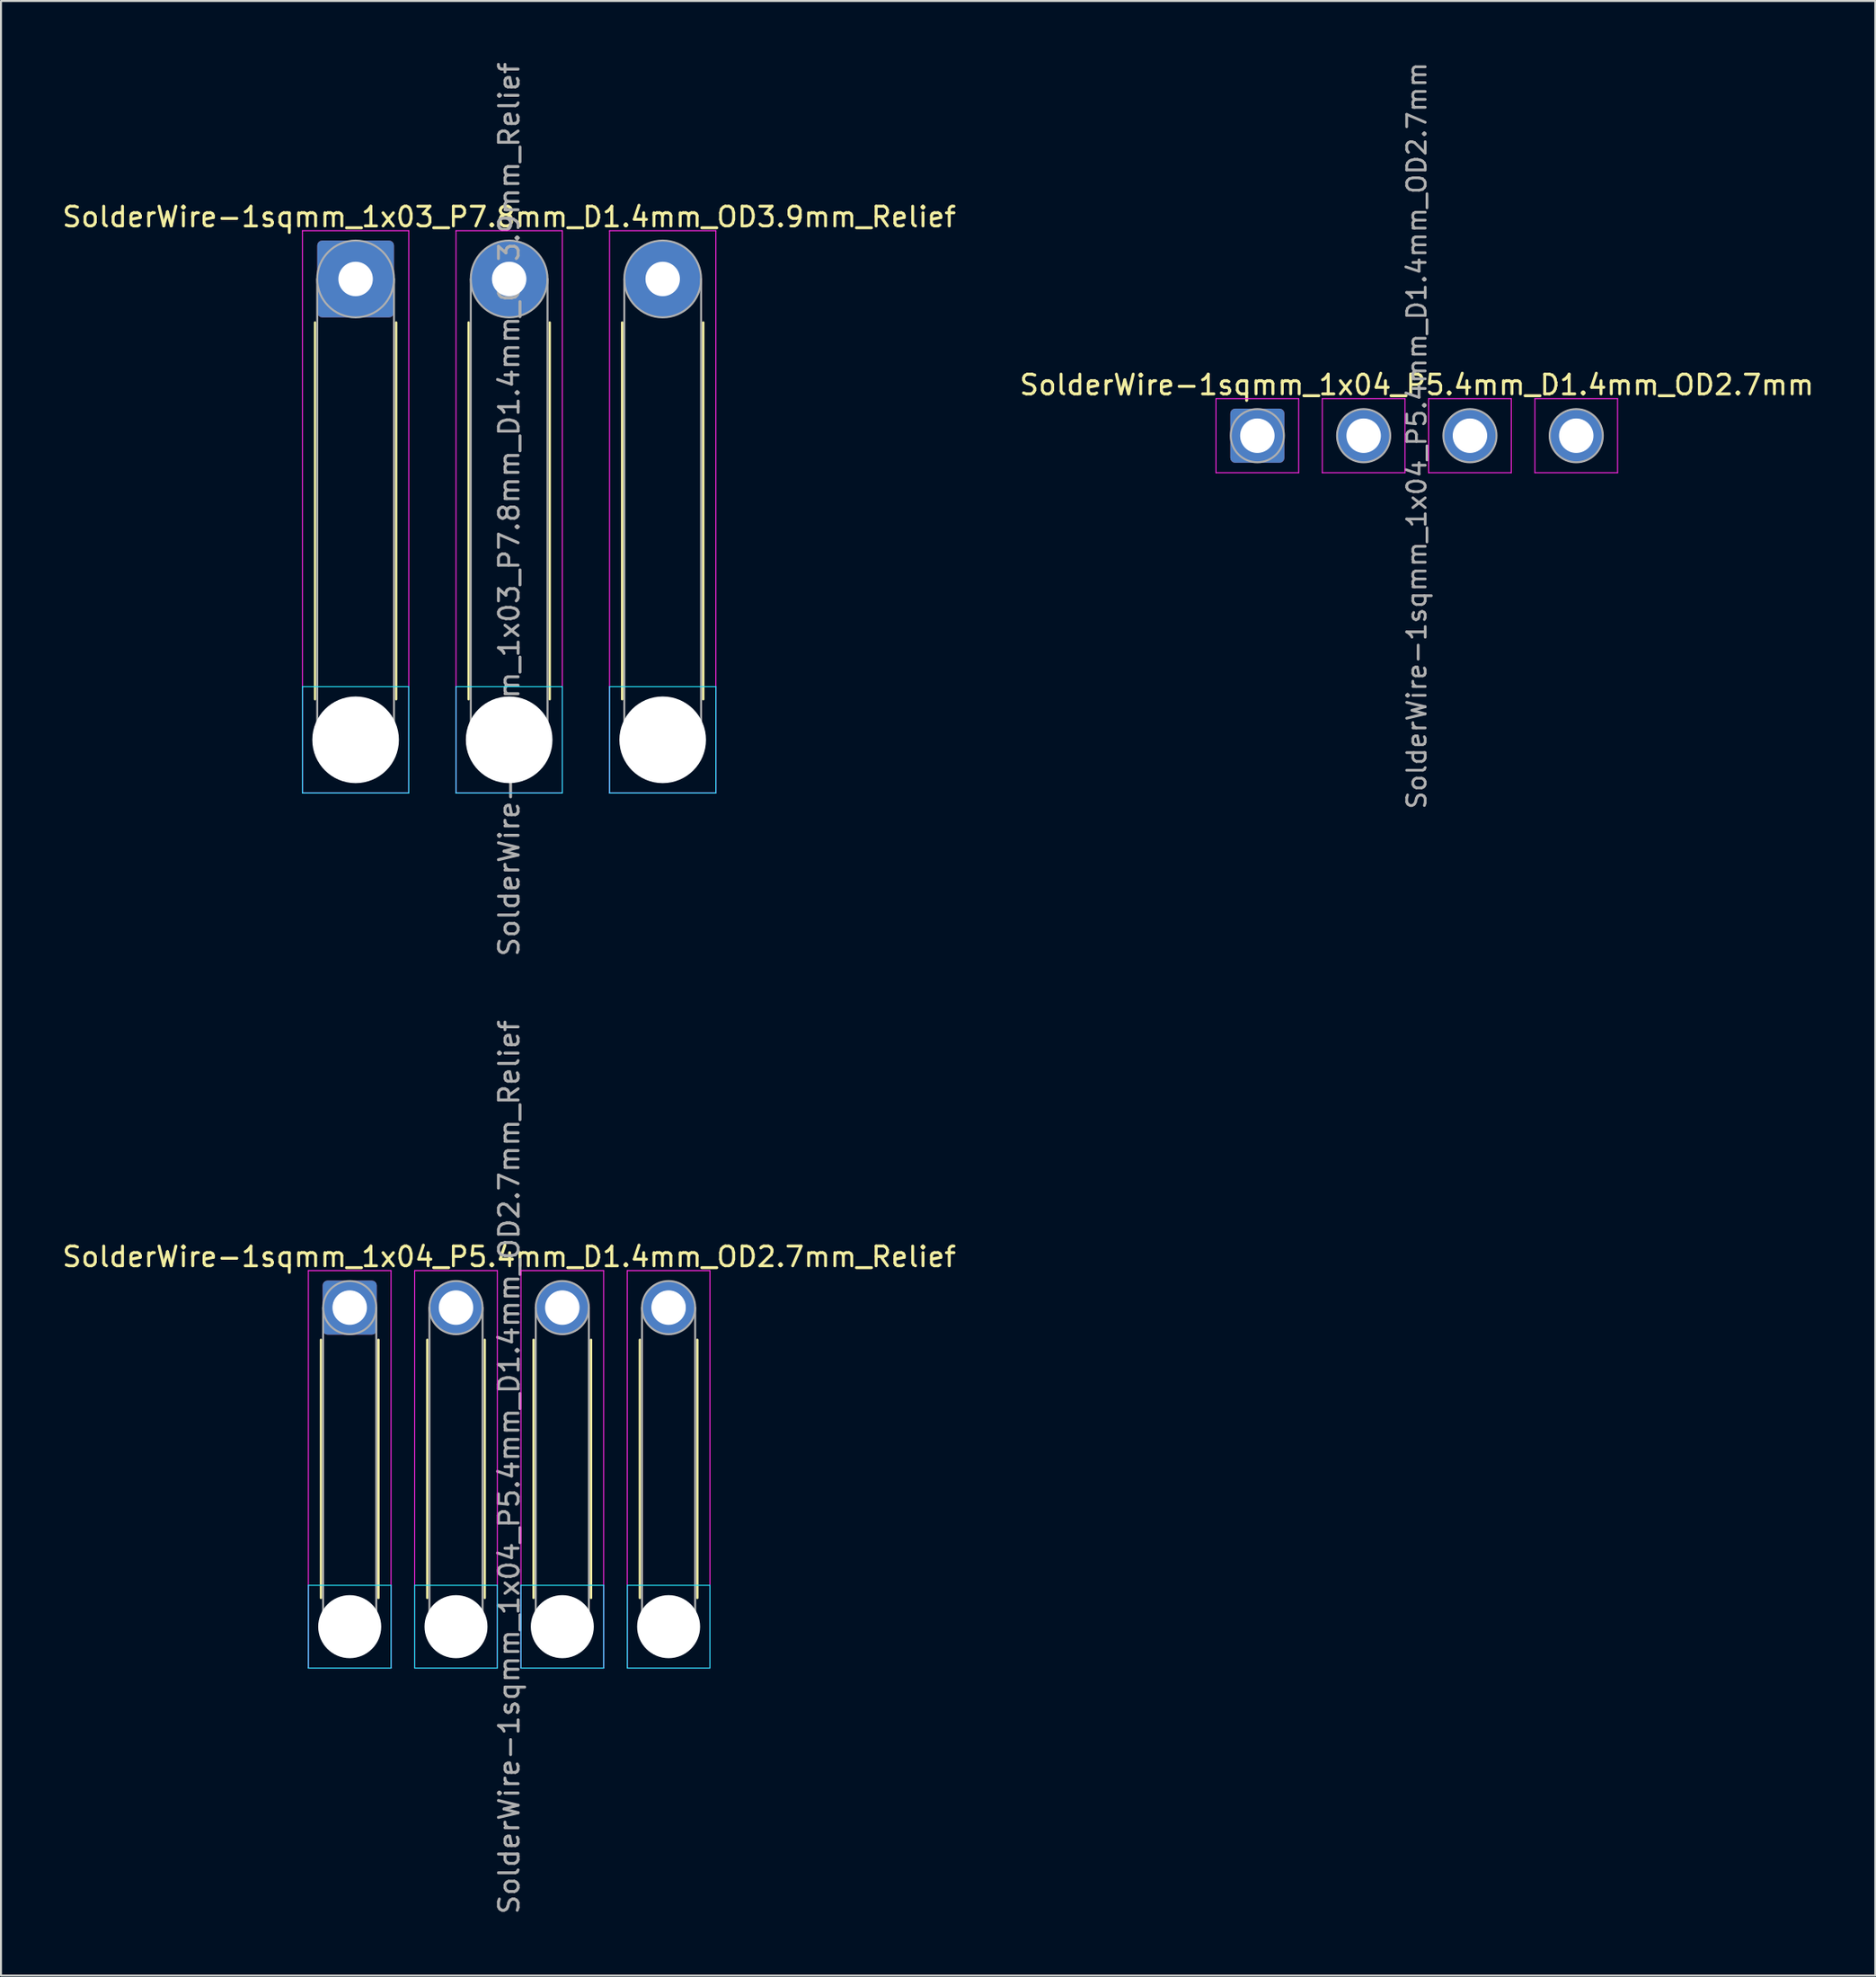
<source format=kicad_pcb>
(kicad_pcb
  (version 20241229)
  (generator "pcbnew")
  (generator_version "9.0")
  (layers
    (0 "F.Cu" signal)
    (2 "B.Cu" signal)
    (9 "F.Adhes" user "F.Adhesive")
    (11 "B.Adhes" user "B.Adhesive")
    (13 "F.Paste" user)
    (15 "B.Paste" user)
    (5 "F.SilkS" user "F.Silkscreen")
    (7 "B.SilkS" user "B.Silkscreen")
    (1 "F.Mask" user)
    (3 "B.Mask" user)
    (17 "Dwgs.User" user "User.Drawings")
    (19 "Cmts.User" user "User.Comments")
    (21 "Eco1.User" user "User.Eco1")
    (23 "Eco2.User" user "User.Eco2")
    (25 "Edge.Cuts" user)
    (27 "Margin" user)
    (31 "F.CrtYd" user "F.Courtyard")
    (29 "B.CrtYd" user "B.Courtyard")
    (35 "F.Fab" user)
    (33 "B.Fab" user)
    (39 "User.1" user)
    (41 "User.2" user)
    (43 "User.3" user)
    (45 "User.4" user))
  (footprint "SolderWire-1sqmm_1x04_P5.4mm_D1.4mm_OD2.7mm"
    (layer "F.Cu")
    (at 60.823 19.073)
    (property "Reference" "SolderWire-1sqmm_1x04_P5.4mm_D1.4mm_OD2.7mm" (at 8.1 -2.58 0) (layer "F.SilkS") (effects (font (size 1 1) (thickness 0.15))))
    (attr exclude_from_pos_files exclude_from_bom)
    (fp_line (start -2.1 -1.88) (end -2.1 1.88) (stroke (width 0.05) (type solid)) (layer "F.CrtYd"))
    (fp_line (start -2.1 1.88) (end 2.1 1.88) (stroke (width 0.05) (type solid)) (layer "F.CrtYd"))
    (fp_line (start 2.1 -1.88) (end -2.1 -1.88) (stroke (width 0.05) (type solid)) (layer "F.CrtYd"))
    (fp_line (start 2.1 1.88) (end 2.1 -1.88) (stroke (width 0.05) (type solid)) (layer "F.CrtYd"))
    (fp_line (start 3.3 -1.88) (end 3.3 1.88) (stroke (width 0.05) (type solid)) (layer "F.CrtYd"))
    (fp_line (start 3.3 1.88) (end 7.5 1.88) (stroke (width 0.05) (type solid)) (layer "F.CrtYd"))
    (fp_line (start 7.5 -1.88) (end 3.3 -1.88) (stroke (width 0.05) (type solid)) (layer "F.CrtYd"))
    (fp_line (start 7.5 1.88) (end 7.5 -1.88) (stroke (width 0.05) (type solid)) (layer "F.CrtYd"))
    (fp_line (start 8.7 -1.88) (end 8.7 1.88) (stroke (width 0.05) (type solid)) (layer "F.CrtYd"))
    (fp_line (start 8.7 1.88) (end 12.9 1.88) (stroke (width 0.05) (type solid)) (layer "F.CrtYd"))
    (fp_line (start 12.9 -1.88) (end 8.7 -1.88) (stroke (width 0.05) (type solid)) (layer "F.CrtYd"))
    (fp_line (start 12.9 1.88) (end 12.9 -1.88) (stroke (width 0.05) (type solid)) (layer "F.CrtYd"))
    (fp_line (start 14.1 -1.88) (end 14.1 1.88) (stroke (width 0.05) (type solid)) (layer "F.CrtYd"))
    (fp_line (start 14.1 1.88) (end 18.3 1.88) (stroke (width 0.05) (type solid)) (layer "F.CrtYd"))
    (fp_line (start 18.3 -1.88) (end 14.1 -1.88) (stroke (width 0.05) (type solid)) (layer "F.CrtYd"))
    (fp_line (start 18.3 1.88) (end 18.3 -1.88) (stroke (width 0.05) (type solid)) (layer "F.CrtYd"))
    (fp_circle (center 0 0) (end 1.35 0) (stroke (width 0.1) (type solid)) (fill no) (layer "F.Fab"))
    (fp_circle (center 5.4 0) (end 6.75 0) (stroke (width 0.1) (type solid)) (fill no) (layer "F.Fab"))
    (fp_circle (center 10.8 0) (end 12.15 0) (stroke (width 0.1) (type solid)) (fill no) (layer "F.Fab"))
    (fp_circle (center 16.2 0) (end 17.55 0) (stroke (width 0.1) (type solid)) (fill no) (layer "F.Fab"))
    (fp_text user "${REFERENCE}" (at 8.1 0 90) (layer "F.Fab") (effects (font (size 0.94 0.94) (thickness 0.14))))
    (pad "1" thru_hole roundrect (at 0 0) (size 2.75 2.75) (drill 1.75) (layers "*.Cu" "*.Mask") (roundrect_rratio 0.091))
    (pad "2" thru_hole circle (at 5.4 0) (size 2.75 2.75) (drill 1.75) (layers "*.Cu" "*.Mask"))
    (pad "3" thru_hole circle (at 10.8 0) (size 2.75 2.75) (drill 1.75) (layers "*.Cu" "*.Mask"))
    (pad "4" thru_hole circle (at 16.2 0) (size 2.75 2.75) (drill 1.75) (layers "*.Cu" "*.Mask")))
  (footprint "SolderWire-1sqmm_1x04_P5.4mm_D1.4mm_OD2.7mm_Relief"
    (layer "F.Cu")
    (at 14.715 63.346)
    (property "Reference" "SolderWire-1sqmm_1x04_P5.4mm_D1.4mm_OD2.7mm_Relief" (at 8.1 -2.58 0) (layer "F.SilkS") (effects (font (size 1 1) (thickness 0.15))))
    (attr exclude_from_pos_files exclude_from_bom)
    (fp_line (start -1.46 1.635) (end -1.46 14.74) (stroke (width 0.12) (type solid)) (layer "F.SilkS"))
    (fp_line (start 1.46 1.635) (end 1.46 14.74) (stroke (width 0.12) (type solid)) (layer "F.SilkS"))
    (fp_line (start 3.94 1.635) (end 3.94 14.74) (stroke (width 0.12) (type solid)) (layer "F.SilkS"))
    (fp_line (start 6.86 1.635) (end 6.86 14.74) (stroke (width 0.12) (type solid)) (layer "F.SilkS"))
    (fp_line (start 9.34 1.635) (end 9.34 14.74) (stroke (width 0.12) (type solid)) (layer "F.SilkS"))
    (fp_line (start 12.26 1.635) (end 12.26 14.74) (stroke (width 0.12) (type solid)) (layer "F.SilkS"))
    (fp_line (start 14.74 1.635) (end 14.74 14.74) (stroke (width 0.12) (type solid)) (layer "F.SilkS"))
    (fp_line (start 17.66 1.635) (end 17.66 14.74) (stroke (width 0.12) (type solid)) (layer "F.SilkS"))
    (fp_line (start -2.1 14.1) (end -2.1 18.3) (stroke (width 0.05) (type solid)) (layer "B.CrtYd"))
    (fp_line (start -2.1 18.3) (end 2.1 18.3) (stroke (width 0.05) (type solid)) (layer "B.CrtYd"))
    (fp_line (start 2.1 14.1) (end -2.1 14.1) (stroke (width 0.05) (type solid)) (layer "B.CrtYd"))
    (fp_line (start 2.1 18.3) (end 2.1 14.1) (stroke (width 0.05) (type solid)) (layer "B.CrtYd"))
    (fp_line (start 3.3 14.1) (end 3.3 18.3) (stroke (width 0.05) (type solid)) (layer "B.CrtYd"))
    (fp_line (start 3.3 18.3) (end 7.5 18.3) (stroke (width 0.05) (type solid)) (layer "B.CrtYd"))
    (fp_line (start 7.5 14.1) (end 3.3 14.1) (stroke (width 0.05) (type solid)) (layer "B.CrtYd"))
    (fp_line (start 7.5 18.3) (end 7.5 14.1) (stroke (width 0.05) (type solid)) (layer "B.CrtYd"))
    (fp_line (start 8.7 14.1) (end 8.7 18.3) (stroke (width 0.05) (type solid)) (layer "B.CrtYd"))
    (fp_line (start 8.7 18.3) (end 12.9 18.3) (stroke (width 0.05) (type solid)) (layer "B.CrtYd"))
    (fp_line (start 12.9 14.1) (end 8.7 14.1) (stroke (width 0.05) (type solid)) (layer "B.CrtYd"))
    (fp_line (start 12.9 18.3) (end 12.9 14.1) (stroke (width 0.05) (type solid)) (layer "B.CrtYd"))
    (fp_line (start 14.1 14.1) (end 14.1 18.3) (stroke (width 0.05) (type solid)) (layer "B.CrtYd"))
    (fp_line (start 14.1 18.3) (end 18.3 18.3) (stroke (width 0.05) (type solid)) (layer "B.CrtYd"))
    (fp_line (start 18.3 14.1) (end 14.1 14.1) (stroke (width 0.05) (type solid)) (layer "B.CrtYd"))
    (fp_line (start 18.3 18.3) (end 18.3 14.1) (stroke (width 0.05) (type solid)) (layer "B.CrtYd"))
    (fp_line (start -2.1 -1.88) (end -2.1 18.3) (stroke (width 0.05) (type solid)) (layer "F.CrtYd"))
    (fp_line (start -2.1 18.3) (end 2.1 18.3) (stroke (width 0.05) (type solid)) (layer "F.CrtYd"))
    (fp_line (start 2.1 -1.88) (end -2.1 -1.88) (stroke (width 0.05) (type solid)) (layer "F.CrtYd"))
    (fp_line (start 2.1 18.3) (end 2.1 -1.88) (stroke (width 0.05) (type solid)) (layer "F.CrtYd"))
    (fp_line (start 3.3 -1.88) (end 3.3 18.3) (stroke (width 0.05) (type solid)) (layer "F.CrtYd"))
    (fp_line (start 3.3 18.3) (end 7.5 18.3) (stroke (width 0.05) (type solid)) (layer "F.CrtYd"))
    (fp_line (start 7.5 -1.88) (end 3.3 -1.88) (stroke (width 0.05) (type solid)) (layer "F.CrtYd"))
    (fp_line (start 7.5 18.3) (end 7.5 -1.88) (stroke (width 0.05) (type solid)) (layer "F.CrtYd"))
    (fp_line (start 8.7 -1.88) (end 8.7 18.3) (stroke (width 0.05) (type solid)) (layer "F.CrtYd"))
    (fp_line (start 8.7 18.3) (end 12.9 18.3) (stroke (width 0.05) (type solid)) (layer "F.CrtYd"))
    (fp_line (start 12.9 -1.88) (end 8.7 -1.88) (stroke (width 0.05) (type solid)) (layer "F.CrtYd"))
    (fp_line (start 12.9 18.3) (end 12.9 -1.88) (stroke (width 0.05) (type solid)) (layer "F.CrtYd"))
    (fp_line (start 14.1 -1.88) (end 14.1 18.3) (stroke (width 0.05) (type solid)) (layer "F.CrtYd"))
    (fp_line (start 14.1 18.3) (end 18.3 18.3) (stroke (width 0.05) (type solid)) (layer "F.CrtYd"))
    (fp_line (start 18.3 -1.88) (end 14.1 -1.88) (stroke (width 0.05) (type solid)) (layer "F.CrtYd"))
    (fp_line (start 18.3 18.3) (end 18.3 -1.88) (stroke (width 0.05) (type solid)) (layer "F.CrtYd"))
    (fp_line (start -1.35 0) (end -1.35 16.2) (stroke (width 0.1) (type solid)) (layer "F.Fab"))
    (fp_line (start 1.35 0) (end 1.35 16.2) (stroke (width 0.1) (type solid)) (layer "F.Fab"))
    (fp_line (start 4.05 0) (end 4.05 16.2) (stroke (width 0.1) (type solid)) (layer "F.Fab"))
    (fp_line (start 6.75 0) (end 6.75 16.2) (stroke (width 0.1) (type solid)) (layer "F.Fab"))
    (fp_line (start 9.45 0) (end 9.45 16.2) (stroke (width 0.1) (type solid)) (layer "F.Fab"))
    (fp_line (start 12.15 0) (end 12.15 16.2) (stroke (width 0.1) (type solid)) (layer "F.Fab"))
    (fp_line (start 14.85 0) (end 14.85 16.2) (stroke (width 0.1) (type solid)) (layer "F.Fab"))
    (fp_line (start 17.55 0) (end 17.55 16.2) (stroke (width 0.1) (type solid)) (layer "F.Fab"))
    (fp_circle (center 0 0) (end 1.35 0) (stroke (width 0.1) (type solid)) (fill no) (layer "F.Fab"))
    (fp_circle (center 0 16.2) (end 1.35 16.2) (stroke (width 0.1) (type solid)) (fill no) (layer "F.Fab"))
    (fp_circle (center 5.4 0) (end 6.75 0) (stroke (width 0.1) (type solid)) (fill no) (layer "F.Fab"))
    (fp_circle (center 5.4 16.2) (end 6.75 16.2) (stroke (width 0.1) (type solid)) (fill no) (layer "F.Fab"))
    (fp_circle (center 10.8 0) (end 12.15 0) (stroke (width 0.1) (type solid)) (fill no) (layer "F.Fab"))
    (fp_circle (center 10.8 16.2) (end 12.15 16.2) (stroke (width 0.1) (type solid)) (fill no) (layer "F.Fab"))
    (fp_circle (center 16.2 0) (end 17.55 0) (stroke (width 0.1) (type solid)) (fill no) (layer "F.Fab"))
    (fp_circle (center 16.2 16.2) (end 17.55 16.2) (stroke (width 0.1) (type solid)) (fill no) (layer "F.Fab"))
    (fp_text user "${REFERENCE}" (at 8.1 8.1 90) (layer "F.Fab") (effects (font (size 1 1) (thickness 0.15))))
    (pad "" np_thru_hole circle (at 0 16.2) (size 3.2 3.2) (drill 3.2) (layers "*.Cu" "*.Mask"))
    (pad "" np_thru_hole circle (at 5.4 16.2) (size 3.2 3.2) (drill 3.2) (layers "*.Cu" "*.Mask"))
    (pad "" np_thru_hole circle (at 10.8 16.2) (size 3.2 3.2) (drill 3.2) (layers "*.Cu" "*.Mask"))
    (pad "" np_thru_hole circle (at 16.2 16.2) (size 3.2 3.2) (drill 3.2) (layers "*.Cu" "*.Mask"))
    (pad "1" thru_hole roundrect (at 0 0) (size 2.75 2.75) (drill 1.75) (layers "*.Cu" "*.Mask") (roundrect_rratio 0.091))
    (pad "2" thru_hole circle (at 5.4 0) (size 2.75 2.75) (drill 1.75) (layers "*.Cu" "*.Mask"))
    (pad "3" thru_hole circle (at 10.8 0) (size 2.75 2.75) (drill 1.75) (layers "*.Cu" "*.Mask"))
    (pad "4" thru_hole circle (at 16.2 0) (size 2.75 2.75) (drill 1.75) (layers "*.Cu" "*.Mask")))
  (footprint "SolderWire-1sqmm_1x03_P7.8mm_D1.4mm_OD3.9mm_Relief"
    (layer "F.Cu")
    (at 15.015 11.115)
    (property "Reference" "SolderWire-1sqmm_1x03_P7.8mm_D1.4mm_OD3.9mm_Relief" (at 7.8 -3.15 0) (layer "F.SilkS") (effects (font (size 1 1) (thickness 0.15))))
    (attr exclude_from_pos_files exclude_from_bom)
    (fp_line (start -2.06 2.21) (end -2.06 21.34) (stroke (width 0.12) (type solid)) (layer "F.SilkS"))
    (fp_line (start 2.06 2.21) (end 2.06 21.34) (stroke (width 0.12) (type solid)) (layer "F.SilkS"))
    (fp_line (start 5.74 2.21) (end 5.74 21.34) (stroke (width 0.12) (type solid)) (layer "F.SilkS"))
    (fp_line (start 9.86 2.21) (end 9.86 21.34) (stroke (width 0.12) (type solid)) (layer "F.SilkS"))
    (fp_line (start 13.54 2.21) (end 13.54 21.34) (stroke (width 0.12) (type solid)) (layer "F.SilkS"))
    (fp_line (start 17.66 2.21) (end 17.66 21.34) (stroke (width 0.12) (type solid)) (layer "F.SilkS"))
    (fp_line (start -2.7 20.7) (end -2.7 26.1) (stroke (width 0.05) (type solid)) (layer "B.CrtYd"))
    (fp_line (start -2.7 26.1) (end 2.7 26.1) (stroke (width 0.05) (type solid)) (layer "B.CrtYd"))
    (fp_line (start 2.7 20.7) (end -2.7 20.7) (stroke (width 0.05) (type solid)) (layer "B.CrtYd"))
    (fp_line (start 2.7 26.1) (end 2.7 20.7) (stroke (width 0.05) (type solid)) (layer "B.CrtYd"))
    (fp_line (start 5.1 20.7) (end 5.1 26.1) (stroke (width 0.05) (type solid)) (layer "B.CrtYd"))
    (fp_line (start 5.1 26.1) (end 10.5 26.1) (stroke (width 0.05) (type solid)) (layer "B.CrtYd"))
    (fp_line (start 10.5 20.7) (end 5.1 20.7) (stroke (width 0.05) (type solid)) (layer "B.CrtYd"))
    (fp_line (start 10.5 26.1) (end 10.5 20.7) (stroke (width 0.05) (type solid)) (layer "B.CrtYd"))
    (fp_line (start 12.9 20.7) (end 12.9 26.1) (stroke (width 0.05) (type solid)) (layer "B.CrtYd"))
    (fp_line (start 12.9 26.1) (end 18.3 26.1) (stroke (width 0.05) (type solid)) (layer "B.CrtYd"))
    (fp_line (start 18.3 20.7) (end 12.9 20.7) (stroke (width 0.05) (type solid)) (layer "B.CrtYd"))
    (fp_line (start 18.3 26.1) (end 18.3 20.7) (stroke (width 0.05) (type solid)) (layer "B.CrtYd"))
    (fp_line (start -2.7 -2.45) (end -2.7 26.1) (stroke (width 0.05) (type solid)) (layer "F.CrtYd"))
    (fp_line (start -2.7 26.1) (end 2.7 26.1) (stroke (width 0.05) (type solid)) (layer "F.CrtYd"))
    (fp_line (start 2.7 -2.45) (end -2.7 -2.45) (stroke (width 0.05) (type solid)) (layer "F.CrtYd"))
    (fp_line (start 2.7 26.1) (end 2.7 -2.45) (stroke (width 0.05) (type solid)) (layer "F.CrtYd"))
    (fp_line (start 5.1 -2.45) (end 5.1 26.1) (stroke (width 0.05) (type solid)) (layer "F.CrtYd"))
    (fp_line (start 5.1 26.1) (end 10.5 26.1) (stroke (width 0.05) (type solid)) (layer "F.CrtYd"))
    (fp_line (start 10.5 -2.45) (end 5.1 -2.45) (stroke (width 0.05) (type solid)) (layer "F.CrtYd"))
    (fp_line (start 10.5 26.1) (end 10.5 -2.45) (stroke (width 0.05) (type solid)) (layer "F.CrtYd"))
    (fp_line (start 12.9 -2.45) (end 12.9 26.1) (stroke (width 0.05) (type solid)) (layer "F.CrtYd"))
    (fp_line (start 12.9 26.1) (end 18.3 26.1) (stroke (width 0.05) (type solid)) (layer "F.CrtYd"))
    (fp_line (start 18.3 -2.45) (end 12.9 -2.45) (stroke (width 0.05) (type solid)) (layer "F.CrtYd"))
    (fp_line (start 18.3 26.1) (end 18.3 -2.45) (stroke (width 0.05) (type solid)) (layer "F.CrtYd"))
    (fp_line (start -1.95 0) (end -1.95 23.4) (stroke (width 0.1) (type solid)) (layer "F.Fab"))
    (fp_line (start 1.95 0) (end 1.95 23.4) (stroke (width 0.1) (type solid)) (layer "F.Fab"))
    (fp_line (start 5.85 0) (end 5.85 23.4) (stroke (width 0.1) (type solid)) (layer "F.Fab"))
    (fp_line (start 9.75 0) (end 9.75 23.4) (stroke (width 0.1) (type solid)) (layer "F.Fab"))
    (fp_line (start 13.65 0) (end 13.65 23.4) (stroke (width 0.1) (type solid)) (layer "F.Fab"))
    (fp_line (start 17.55 0) (end 17.55 23.4) (stroke (width 0.1) (type solid)) (layer "F.Fab"))
    (fp_circle (center 0 0) (end 1.95 0) (stroke (width 0.1) (type solid)) (fill no) (layer "F.Fab"))
    (fp_circle (center 0 23.4) (end 1.95 23.4) (stroke (width 0.1) (type solid)) (fill no) (layer "F.Fab"))
    (fp_circle (center 7.8 0) (end 9.75 0) (stroke (width 0.1) (type solid)) (fill no) (layer "F.Fab"))
    (fp_circle (center 7.8 23.4) (end 9.75 23.4) (stroke (width 0.1) (type solid)) (fill no) (layer "F.Fab"))
    (fp_circle (center 15.6 0) (end 17.55 0) (stroke (width 0.1) (type solid)) (fill no) (layer "F.Fab"))
    (fp_circle (center 15.6 23.4) (end 17.55 23.4) (stroke (width 0.1) (type solid)) (fill no) (layer "F.Fab"))
    (fp_text user "${REFERENCE}" (at 7.8 11.7 90) (layer "F.Fab") (effects (font (size 1 1) (thickness 0.15))))
    (pad "" np_thru_hole circle (at 0 23.4) (size 4.4 4.4) (drill 4.4) (layers "*.Cu" "*.Mask"))
    (pad "" np_thru_hole circle (at 7.8 23.4) (size 4.4 4.4) (drill 4.4) (layers "*.Cu" "*.Mask"))
    (pad "" np_thru_hole circle (at 15.6 23.4) (size 4.4 4.4) (drill 4.4) (layers "*.Cu" "*.Mask"))
    (pad "1" thru_hole roundrect (at 0 0) (size 3.9 3.9) (drill 1.75) (layers "*.Cu" "*.Mask") (roundrect_rratio 0.064))
    (pad "2" thru_hole circle (at 7.8 0) (size 3.9 3.9) (drill 1.75) (layers "*.Cu" "*.Mask"))
    (pad "3" thru_hole circle (at 15.6 0) (size 3.9 3.9) (drill 1.75) (layers "*.Cu" "*.Mask")))
  (gr_rect
    (start -3 -3)
    (end 92.214 97.262)
    (stroke (width 0.1) (type default))
    (fill no)
    (layer "Edge.Cuts")))
</source>
